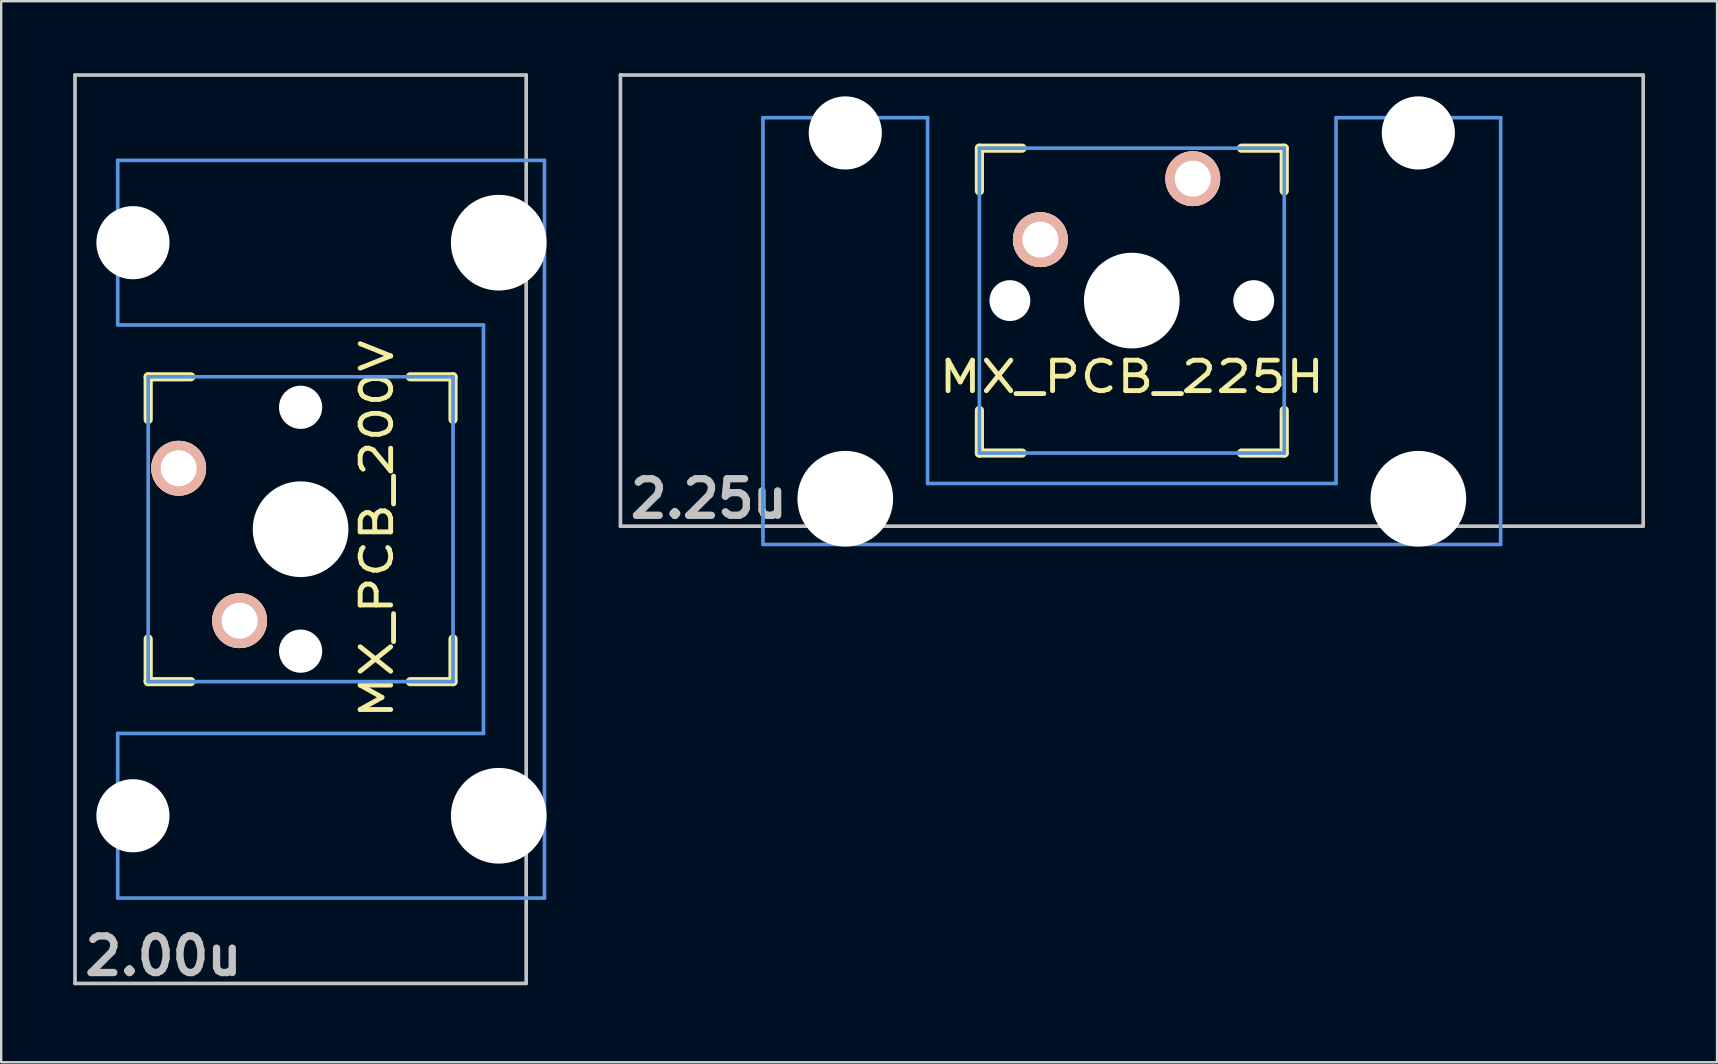
<source format=kicad_pcb>
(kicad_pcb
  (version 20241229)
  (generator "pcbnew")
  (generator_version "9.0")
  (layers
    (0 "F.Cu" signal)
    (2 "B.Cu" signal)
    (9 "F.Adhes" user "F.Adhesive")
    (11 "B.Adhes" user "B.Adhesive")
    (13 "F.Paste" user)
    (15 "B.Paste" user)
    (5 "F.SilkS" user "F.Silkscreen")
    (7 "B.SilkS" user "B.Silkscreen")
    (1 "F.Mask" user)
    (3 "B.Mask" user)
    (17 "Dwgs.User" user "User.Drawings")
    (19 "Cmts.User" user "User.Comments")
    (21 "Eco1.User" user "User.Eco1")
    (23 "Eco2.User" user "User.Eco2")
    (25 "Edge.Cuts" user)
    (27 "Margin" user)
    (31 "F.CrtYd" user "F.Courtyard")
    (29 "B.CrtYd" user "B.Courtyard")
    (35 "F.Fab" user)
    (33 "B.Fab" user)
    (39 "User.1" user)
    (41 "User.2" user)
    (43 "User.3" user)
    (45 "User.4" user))
  (footprint "MX_PCB_200V"
    (layer "F.Cu")
    (at 9.474 18.999)
    (property "Reference" "MX_PCB_200V" (at 3.175 0 90) (layer "F.SilkS") (effects (font (size 1.27 1.524) (thickness 0.203))))
    (attr through_hole)
    (fp_line (start -6.35 -6.35) (end -4.572 -6.35) (stroke (width 0.381) (type solid)) (layer "F.SilkS"))
    (fp_line (start -6.35 -4.572) (end -6.35 -6.35) (stroke (width 0.381) (type solid)) (layer "F.SilkS"))
    (fp_line (start -6.35 6.35) (end -6.35 4.572) (stroke (width 0.381) (type solid)) (layer "F.SilkS"))
    (fp_line (start -4.572 6.35) (end -6.35 6.35) (stroke (width 0.381) (type solid)) (layer "F.SilkS"))
    (fp_line (start 4.572 -6.35) (end 6.35 -6.35) (stroke (width 0.381) (type solid)) (layer "F.SilkS"))
    (fp_line (start 6.35 -6.35) (end 6.35 -4.572) (stroke (width 0.381) (type solid)) (layer "F.SilkS"))
    (fp_line (start 6.35 4.572) (end 6.35 6.35) (stroke (width 0.381) (type solid)) (layer "F.SilkS"))
    (fp_line (start 6.35 6.35) (end 4.572 6.35) (stroke (width 0.381) (type solid)) (layer "F.SilkS"))
    (fp_line (start -9.398 -18.923) (end 9.398 -18.923) (stroke (width 0.152) (type solid)) (layer "Dwgs.User"))
    (fp_line (start -9.398 18.923) (end -9.398 -18.923) (stroke (width 0.152) (type solid)) (layer "Dwgs.User"))
    (fp_line (start 9.398 -18.923) (end 9.398 18.923) (stroke (width 0.152) (type solid)) (layer "Dwgs.User"))
    (fp_line (start 9.398 18.923) (end -9.398 18.923) (stroke (width 0.152) (type solid)) (layer "Dwgs.User"))
    (fp_line (start -7.62 -15.367) (end -7.62 -8.509) (stroke (width 0.152) (type solid)) (layer "Cmts.User"))
    (fp_line (start -7.62 -8.509) (end 7.62 -8.509) (stroke (width 0.152) (type solid)) (layer "Cmts.User"))
    (fp_line (start -7.62 8.509) (end -7.62 15.367) (stroke (width 0.152) (type solid)) (layer "Cmts.User"))
    (fp_line (start -7.62 15.367) (end 10.16 15.367) (stroke (width 0.152) (type solid)) (layer "Cmts.User"))
    (fp_line (start -6.35 -6.35) (end 6.35 -6.35) (stroke (width 0.152) (type solid)) (layer "Cmts.User"))
    (fp_line (start -6.35 6.35) (end -6.35 -6.35) (stroke (width 0.152) (type solid)) (layer "Cmts.User"))
    (fp_line (start 6.35 -6.35) (end 6.35 6.35) (stroke (width 0.152) (type solid)) (layer "Cmts.User"))
    (fp_line (start 6.35 6.35) (end -6.35 6.35) (stroke (width 0.152) (type solid)) (layer "Cmts.User"))
    (fp_line (start 7.62 -8.509) (end 7.62 8.509) (stroke (width 0.152) (type solid)) (layer "Cmts.User"))
    (fp_line (start 7.62 8.509) (end -7.62 8.509) (stroke (width 0.152) (type solid)) (layer "Cmts.User"))
    (fp_line (start 10.16 -15.367) (end -7.62 -15.367) (stroke (width 0.152) (type solid)) (layer "Cmts.User"))
    (fp_line (start 10.16 15.367) (end 10.16 -15.367) (stroke (width 0.152) (type solid)) (layer "Cmts.User"))
    (fp_line (start -6.985 -6.985) (end -4.877 -6.985) (stroke (width 0.152) (type solid)) (layer "Eco2.User"))
    (fp_line (start -6.985 6.985) (end -6.985 -6.985) (stroke (width 0.152) (type solid)) (layer "Eco2.User"))
    (fp_line (start -5.69 -15.265) (end -2.286 -15.265) (stroke (width 0.152) (type solid)) (layer "Eco2.User"))
    (fp_line (start -5.69 -8.611) (end -5.69 -15.265) (stroke (width 0.152) (type solid)) (layer "Eco2.User"))
    (fp_line (start -5.69 8.611) (end -4.877 8.611) (stroke (width 0.152) (type solid)) (layer "Eco2.User"))
    (fp_line (start -5.69 15.265) (end -5.69 8.611) (stroke (width 0.152) (type solid)) (layer "Eco2.User"))
    (fp_line (start -4.877 -8.611) (end -5.69 -8.611) (stroke (width 0.152) (type solid)) (layer "Eco2.User"))
    (fp_line (start -4.877 -6.985) (end -4.877 -8.611) (stroke (width 0.152) (type solid)) (layer "Eco2.User"))
    (fp_line (start -4.877 6.985) (end -6.985 6.985) (stroke (width 0.152) (type solid)) (layer "Eco2.User"))
    (fp_line (start -4.877 8.611) (end -4.877 6.985) (stroke (width 0.152) (type solid)) (layer "Eco2.User"))
    (fp_line (start -2.286 -16.129) (end 0.508 -16.129) (stroke (width 0.152) (type solid)) (layer "Eco2.User"))
    (fp_line (start -2.286 -15.265) (end -2.286 -16.129) (stroke (width 0.152) (type solid)) (layer "Eco2.User"))
    (fp_line (start -2.286 15.265) (end -5.69 15.265) (stroke (width 0.152) (type solid)) (layer "Eco2.User"))
    (fp_line (start -2.286 16.129) (end -2.286 15.265) (stroke (width 0.152) (type solid)) (layer "Eco2.User"))
    (fp_line (start 0.508 -16.129) (end 0.508 -15.265) (stroke (width 0.152) (type solid)) (layer "Eco2.User"))
    (fp_line (start 0.508 -15.265) (end 6.604 -15.265) (stroke (width 0.152) (type solid)) (layer "Eco2.User"))
    (fp_line (start 0.508 15.265) (end 0.508 16.129) (stroke (width 0.152) (type solid)) (layer "Eco2.User"))
    (fp_line (start 0.508 16.129) (end -2.286 16.129) (stroke (width 0.152) (type solid)) (layer "Eco2.User"))
    (fp_line (start 5.817 -8.611) (end 5.817 -6.985) (stroke (width 0.152) (type solid)) (layer "Eco2.User"))
    (fp_line (start 5.817 -6.985) (end 6.985 -6.985) (stroke (width 0.152) (type solid)) (layer "Eco2.User"))
    (fp_line (start 5.817 6.985) (end 5.817 8.611) (stroke (width 0.152) (type solid)) (layer "Eco2.User"))
    (fp_line (start 5.817 8.611) (end 6.604 8.611) (stroke (width 0.152) (type solid)) (layer "Eco2.User"))
    (fp_line (start 6.604 -15.265) (end 6.604 -14.224) (stroke (width 0.152) (type solid)) (layer "Eco2.User"))
    (fp_line (start 6.604 -14.224) (end 7.772 -14.224) (stroke (width 0.152) (type solid)) (layer "Eco2.User"))
    (fp_line (start 6.604 -9.652) (end 6.604 -8.611) (stroke (width 0.152) (type solid)) (layer "Eco2.User"))
    (fp_line (start 6.604 -8.611) (end 5.817 -8.611) (stroke (width 0.152) (type solid)) (layer "Eco2.User"))
    (fp_line (start 6.604 8.611) (end 6.604 9.652) (stroke (width 0.152) (type solid)) (layer "Eco2.User"))
    (fp_line (start 6.604 9.652) (end 7.772 9.652) (stroke (width 0.152) (type solid)) (layer "Eco2.User"))
    (fp_line (start 6.604 14.224) (end 6.604 15.265) (stroke (width 0.152) (type solid)) (layer "Eco2.User"))
    (fp_line (start 6.604 15.265) (end 0.508 15.265) (stroke (width 0.152) (type solid)) (layer "Eco2.User"))
    (fp_line (start 6.985 -6.985) (end 6.985 6.985) (stroke (width 0.152) (type solid)) (layer "Eco2.User"))
    (fp_line (start 6.985 6.985) (end 5.817 6.985) (stroke (width 0.152) (type solid)) (layer "Eco2.User"))
    (fp_line (start 7.772 -14.224) (end 7.772 -9.652) (stroke (width 0.152) (type solid)) (layer "Eco2.User"))
    (fp_line (start 7.772 -9.652) (end 6.604 -9.652) (stroke (width 0.152) (type solid)) (layer "Eco2.User"))
    (fp_line (start 7.772 9.652) (end 7.772 14.224) (stroke (width 0.152) (type solid)) (layer "Eco2.User"))
    (fp_line (start 7.772 14.224) (end 6.604 14.224) (stroke (width 0.152) (type solid)) (layer "Eco2.User"))
    (fp_text user "2.00u" (at -5.715 17.78 0) (layer "Dwgs.User") (effects (font (size 1.524 1.524) (thickness 0.305))))
    (pad "" np_thru_hole circle (at -6.985 -11.938 90) (size 3.048 3.048) (drill 3.048) (layers "*.Cu"))
    (pad "" np_thru_hole circle (at -6.985 11.938 90) (size 3.048 3.048) (drill 3.048) (layers "*.Cu"))
    (pad "" np_thru_hole circle (at 0 -5.08 90) (size 1.8 1.8) (drill 1.8) (layers "*.Cu"))
    (pad "" np_thru_hole circle (at 0 0 90) (size 3.988 3.988) (drill 3.988) (layers "*.Cu"))
    (pad "" np_thru_hole circle (at 0 5.08 90) (size 1.8 1.8) (drill 1.8) (layers "*.Cu"))
    (pad "" np_thru_hole circle (at 8.255 -11.938 90) (size 3.988 3.988) (drill 3.988) (layers "*.Cu"))
    (pad "" np_thru_hole circle (at 8.255 11.938 90) (size 3.988 3.988) (drill 3.988) (layers "*.Cu"))
    (pad "1" thru_hole circle (at -5.08 -2.54 90) (size 2.286 2.286) (drill 1.499) (layers "*.Cu" "*.SilkS" "*.Mask"))
    (pad "2" thru_hole circle (at -2.54 3.81 90) (size 2.286 2.286) (drill 1.499) (layers "*.Cu" "*.SilkS" "*.Mask")))
  (footprint "MX_PCB_225H"
    (layer "F.Cu")
    (at 44.105 9.474)
    (property "Reference" "MX_PCB_225H" (at 0 3.175 0) (layer "F.SilkS") (effects (font (size 1.27 1.524) (thickness 0.203))))
    (attr through_hole)
    (fp_line (start -6.35 -6.35) (end -4.572 -6.35) (stroke (width 0.381) (type solid)) (layer "F.SilkS"))
    (fp_line (start -6.35 -4.572) (end -6.35 -6.35) (stroke (width 0.381) (type solid)) (layer "F.SilkS"))
    (fp_line (start -6.35 6.35) (end -6.35 4.572) (stroke (width 0.381) (type solid)) (layer "F.SilkS"))
    (fp_line (start -4.572 6.35) (end -6.35 6.35) (stroke (width 0.381) (type solid)) (layer "F.SilkS"))
    (fp_line (start 4.572 -6.35) (end 6.35 -6.35) (stroke (width 0.381) (type solid)) (layer "F.SilkS"))
    (fp_line (start 6.35 -6.35) (end 6.35 -4.572) (stroke (width 0.381) (type solid)) (layer "F.SilkS"))
    (fp_line (start 6.35 4.572) (end 6.35 6.35) (stroke (width 0.381) (type solid)) (layer "F.SilkS"))
    (fp_line (start 6.35 6.35) (end 4.572 6.35) (stroke (width 0.381) (type solid)) (layer "F.SilkS"))
    (fp_line (start -21.306 -9.398) (end 21.306 -9.398) (stroke (width 0.152) (type solid)) (layer "Dwgs.User"))
    (fp_line (start -21.306 9.398) (end -21.306 -9.398) (stroke (width 0.152) (type solid)) (layer "Dwgs.User"))
    (fp_line (start 21.306 -9.398) (end 21.306 9.398) (stroke (width 0.152) (type solid)) (layer "Dwgs.User"))
    (fp_line (start 21.306 9.398) (end -21.306 9.398) (stroke (width 0.152) (type solid)) (layer "Dwgs.User"))
    (fp_line (start -15.367 -7.62) (end -15.367 10.16) (stroke (width 0.152) (type solid)) (layer "Cmts.User"))
    (fp_line (start -15.367 10.16) (end 15.367 10.16) (stroke (width 0.152) (type solid)) (layer "Cmts.User"))
    (fp_line (start -8.509 -7.62) (end -15.367 -7.62) (stroke (width 0.152) (type solid)) (layer "Cmts.User"))
    (fp_line (start -8.509 7.62) (end -8.509 -7.62) (stroke (width 0.152) (type solid)) (layer "Cmts.User"))
    (fp_line (start -6.35 -6.35) (end 6.35 -6.35) (stroke (width 0.152) (type solid)) (layer "Cmts.User"))
    (fp_line (start -6.35 6.35) (end -6.35 -6.35) (stroke (width 0.152) (type solid)) (layer "Cmts.User"))
    (fp_line (start 6.35 -6.35) (end 6.35 6.35) (stroke (width 0.152) (type solid)) (layer "Cmts.User"))
    (fp_line (start 6.35 6.35) (end -6.35 6.35) (stroke (width 0.152) (type solid)) (layer "Cmts.User"))
    (fp_line (start 8.509 -7.62) (end 8.509 7.62) (stroke (width 0.152) (type solid)) (layer "Cmts.User"))
    (fp_line (start 8.509 7.62) (end -8.509 7.62) (stroke (width 0.152) (type solid)) (layer "Cmts.User"))
    (fp_line (start 15.367 -7.62) (end 8.509 -7.62) (stroke (width 0.152) (type solid)) (layer "Cmts.User"))
    (fp_line (start 15.367 10.16) (end 15.367 -7.62) (stroke (width 0.152) (type solid)) (layer "Cmts.User"))
    (fp_line (start -16.129 -2.286) (end -15.265 -2.286) (stroke (width 0.152) (type solid)) (layer "Eco2.User"))
    (fp_line (start -16.129 0.508) (end -16.129 -2.286) (stroke (width 0.152) (type solid)) (layer "Eco2.User"))
    (fp_line (start -15.265 -5.69) (end -8.611 -5.69) (stroke (width 0.152) (type solid)) (layer "Eco2.User"))
    (fp_line (start -15.265 -2.286) (end -15.265 -5.69) (stroke (width 0.152) (type solid)) (layer "Eco2.User"))
    (fp_line (start -15.265 0.508) (end -16.129 0.508) (stroke (width 0.152) (type solid)) (layer "Eco2.User"))
    (fp_line (start -15.265 6.604) (end -15.265 0.508) (stroke (width 0.152) (type solid)) (layer "Eco2.User"))
    (fp_line (start -14.224 6.604) (end -15.265 6.604) (stroke (width 0.152) (type solid)) (layer "Eco2.User"))
    (fp_line (start -14.224 7.772) (end -14.224 6.604) (stroke (width 0.152) (type solid)) (layer "Eco2.User"))
    (fp_line (start -9.652 6.604) (end -9.652 7.772) (stroke (width 0.152) (type solid)) (layer "Eco2.User"))
    (fp_line (start -9.652 7.772) (end -14.224 7.772) (stroke (width 0.152) (type solid)) (layer "Eco2.User"))
    (fp_line (start -8.611 -5.69) (end -8.611 -4.877) (stroke (width 0.152) (type solid)) (layer "Eco2.User"))
    (fp_line (start -8.611 -4.877) (end -6.985 -4.877) (stroke (width 0.152) (type solid)) (layer "Eco2.User"))
    (fp_line (start -8.611 5.817) (end -8.611 6.604) (stroke (width 0.152) (type solid)) (layer "Eco2.User"))
    (fp_line (start -8.611 6.604) (end -9.652 6.604) (stroke (width 0.152) (type solid)) (layer "Eco2.User"))
    (fp_line (start -6.985 -6.985) (end 6.985 -6.985) (stroke (width 0.152) (type solid)) (layer "Eco2.User"))
    (fp_line (start -6.985 -4.877) (end -6.985 -6.985) (stroke (width 0.152) (type solid)) (layer "Eco2.User"))
    (fp_line (start -6.985 5.817) (end -8.611 5.817) (stroke (width 0.152) (type solid)) (layer "Eco2.User"))
    (fp_line (start -6.985 6.985) (end -6.985 5.817) (stroke (width 0.152) (type solid)) (layer "Eco2.User"))
    (fp_line (start 6.985 -6.985) (end 6.985 -4.877) (stroke (width 0.152) (type solid)) (layer "Eco2.User"))
    (fp_line (start 6.985 -4.877) (end 8.611 -4.877) (stroke (width 0.152) (type solid)) (layer "Eco2.User"))
    (fp_line (start 6.985 5.817) (end 6.985 6.985) (stroke (width 0.152) (type solid)) (layer "Eco2.User"))
    (fp_line (start 6.985 6.985) (end -6.985 6.985) (stroke (width 0.152) (type solid)) (layer "Eco2.User"))
    (fp_line (start 8.611 -5.69) (end 15.265 -5.69) (stroke (width 0.152) (type solid)) (layer "Eco2.User"))
    (fp_line (start 8.611 -4.877) (end 8.611 -5.69) (stroke (width 0.152) (type solid)) (layer "Eco2.User"))
    (fp_line (start 8.611 5.817) (end 6.985 5.817) (stroke (width 0.152) (type solid)) (layer "Eco2.User"))
    (fp_line (start 8.611 6.604) (end 8.611 5.817) (stroke (width 0.152) (type solid)) (layer "Eco2.User"))
    (fp_line (start 9.652 6.604) (end 8.611 6.604) (stroke (width 0.152) (type solid)) (layer "Eco2.User"))
    (fp_line (start 9.652 7.772) (end 9.652 6.604) (stroke (width 0.152) (type solid)) (layer "Eco2.User"))
    (fp_line (start 14.224 6.604) (end 14.224 7.772) (stroke (width 0.152) (type solid)) (layer "Eco2.User"))
    (fp_line (start 14.224 7.772) (end 9.652 7.772) (stroke (width 0.152) (type solid)) (layer "Eco2.User"))
    (fp_line (start 15.265 -5.69) (end 15.265 -2.286) (stroke (width 0.152) (type solid)) (layer "Eco2.User"))
    (fp_line (start 15.265 -2.286) (end 16.129 -2.286) (stroke (width 0.152) (type solid)) (layer "Eco2.User"))
    (fp_line (start 15.265 0.508) (end 15.265 6.604) (stroke (width 0.152) (type solid)) (layer "Eco2.User"))
    (fp_line (start 15.265 6.604) (end 14.224 6.604) (stroke (width 0.152) (type solid)) (layer "Eco2.User"))
    (fp_line (start 16.129 -2.286) (end 16.129 0.508) (stroke (width 0.152) (type solid)) (layer "Eco2.User"))
    (fp_line (start 16.129 0.508) (end 15.265 0.508) (stroke (width 0.152) (type solid)) (layer "Eco2.User"))
    (fp_text user "2.25u" (at -17.623 8.255 0) (layer "Dwgs.User") (effects (font (size 1.524 1.524) (thickness 0.305))))
    (pad "" np_thru_hole circle (at -11.938 -6.985) (size 3.048 3.048) (drill 3.048) (layers "*.Cu"))
    (pad "" np_thru_hole circle (at -11.938 8.255) (size 3.988 3.988) (drill 3.988) (layers "*.Cu"))
    (pad "" np_thru_hole circle (at -5.08 0) (size 1.702 1.702) (drill 1.702) (layers "*.Cu"))
    (pad "" np_thru_hole circle (at 0 0) (size 3.988 3.988) (drill 3.988) (layers "*.Cu"))
    (pad "" np_thru_hole circle (at 5.08 0) (size 1.702 1.702) (drill 1.702) (layers "*.Cu"))
    (pad "" np_thru_hole circle (at 11.938 -6.985) (size 3.048 3.048) (drill 3.048) (layers "*.Cu"))
    (pad "" np_thru_hole circle (at 11.938 8.255) (size 3.988 3.988) (drill 3.988) (layers "*.Cu"))
    (pad "1" thru_hole circle (at 2.54 -5.08) (size 2.286 2.286) (drill 1.499) (layers "*.Cu" "*.SilkS" "*.Mask"))
    (pad "2" thru_hole circle (at -3.81 -2.54) (size 2.286 2.286) (drill 1.499) (layers "*.Cu" "*.SilkS" "*.Mask")))
  (gr_rect
    (start -3 -3)
    (end 68.487 41.206)
    (stroke (width 0.1) (type default))
    (fill no)
    (layer "Edge.Cuts")))
</source>
